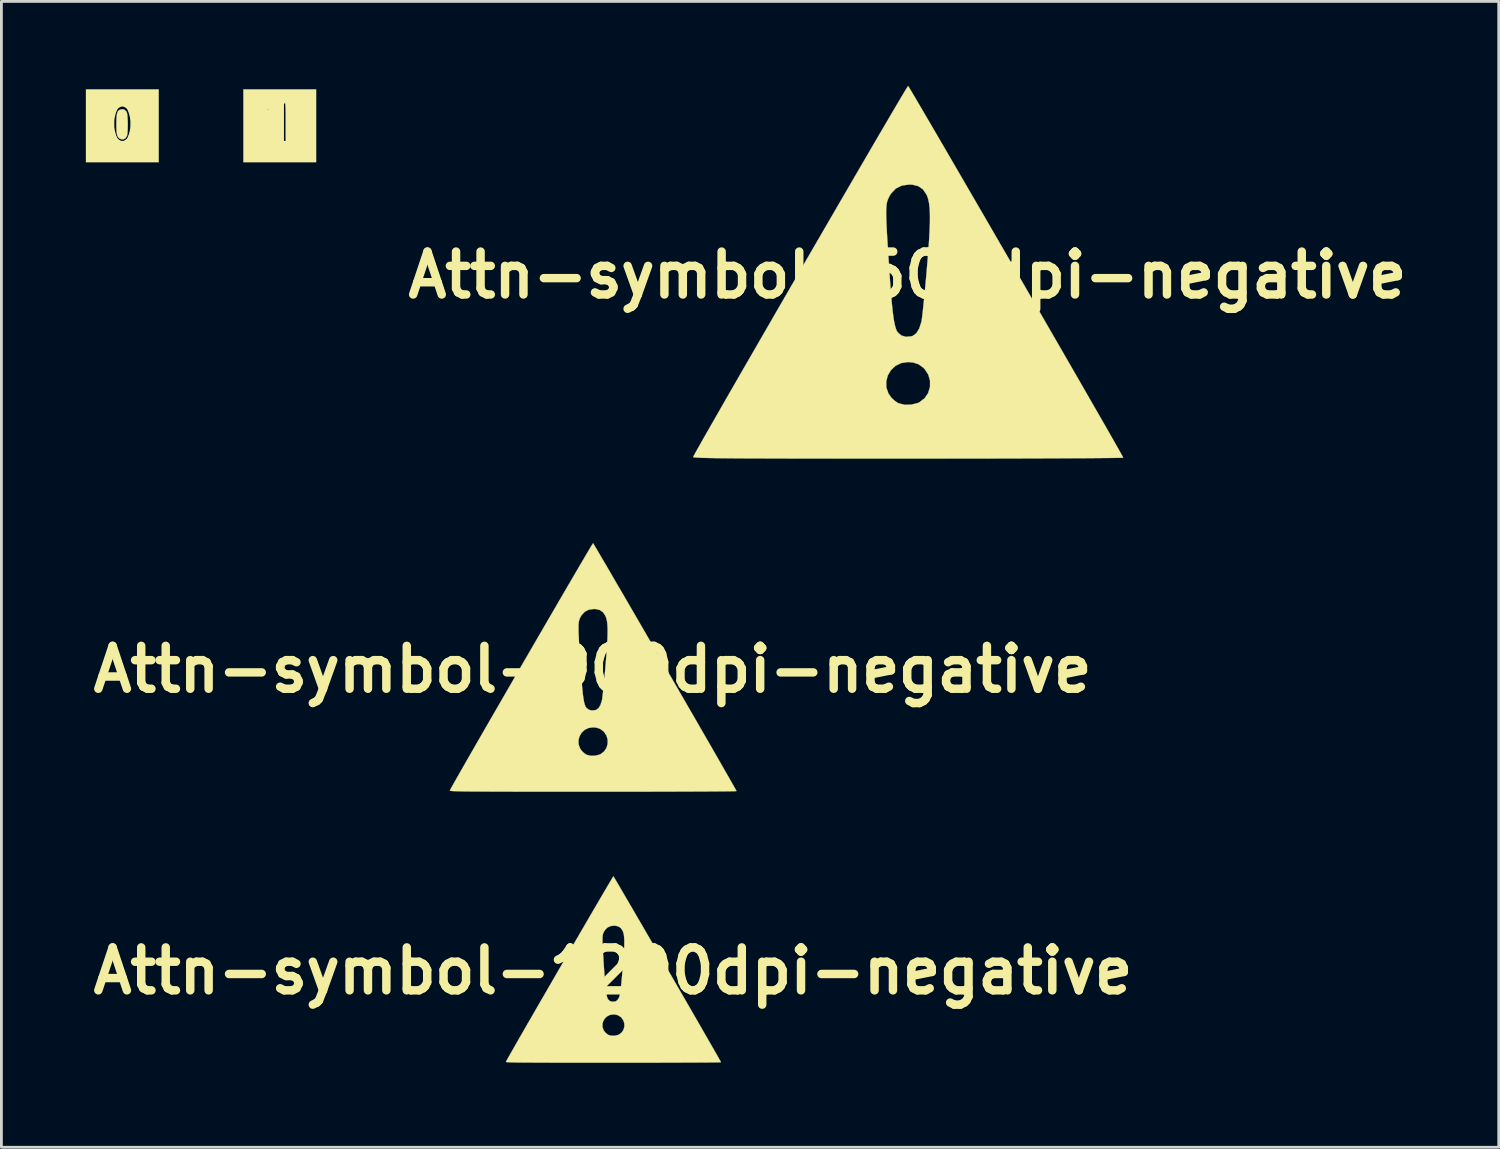
<source format=kicad_pcb>
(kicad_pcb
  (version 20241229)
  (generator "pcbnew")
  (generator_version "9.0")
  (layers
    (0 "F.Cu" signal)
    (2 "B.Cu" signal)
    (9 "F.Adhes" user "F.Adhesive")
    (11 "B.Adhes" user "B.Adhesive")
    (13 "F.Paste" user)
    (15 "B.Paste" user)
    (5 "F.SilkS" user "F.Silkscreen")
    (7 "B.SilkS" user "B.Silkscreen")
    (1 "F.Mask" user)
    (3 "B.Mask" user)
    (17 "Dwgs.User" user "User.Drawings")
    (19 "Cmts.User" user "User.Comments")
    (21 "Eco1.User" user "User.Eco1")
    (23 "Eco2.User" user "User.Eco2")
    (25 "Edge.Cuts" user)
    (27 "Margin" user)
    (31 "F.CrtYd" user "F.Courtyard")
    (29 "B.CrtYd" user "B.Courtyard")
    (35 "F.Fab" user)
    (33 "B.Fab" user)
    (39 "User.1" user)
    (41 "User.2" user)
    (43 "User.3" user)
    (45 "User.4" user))
  (footprint "1"
    (layer "F.Cu")
    (at 6.888 1.418)
    (property "Reference" "1" (at 0 0 0) (layer "F.SilkS") (effects (font (size 1.524 1.524) (thickness 0.3))))
    (attr through_hole)
    (fp_poly (pts (xy 1.291 1.291) (xy -1.291 1.291) (xy -1.291 -0.337) (xy -0.447 -0.337) (xy -0.387 -0.352) (xy -0.333 -0.367) (xy -0.26 -0.39) (xy -0.214 -0.405) (xy -0.15 -0.427) (xy -0.106 -0.441) (xy -0.092 -0.445) (xy -0.09 -0.424) (xy -0.088 -0.367) (xy -0.087 -0.279) (xy -0.086 -0.164) (xy -0.085 -0.029) (xy -0.085 0.121) (xy -0.085 0.127) (xy -0.085 0.699) (xy 0.212 0.699) (xy 0.212 -0.053) (xy 0.211 -0.26) (xy 0.21 -0.428) (xy 0.209 -0.56) (xy 0.206 -0.66) (xy 0.202 -0.73) (xy 0.197 -0.776) (xy 0.191 -0.799) (xy 0.185 -0.803) (xy 0.157 -0.796) (xy 0.097 -0.776) (xy 0.013 -0.746) (xy -0.088 -0.709) (xy -0.138 -0.69) (xy -0.434 -0.578) (xy -0.44 -0.458) (xy -0.447 -0.337) (xy -1.291 -0.337) (xy -1.291 -1.291) (xy 1.291 -1.291) (xy 1.291 1.291)) (stroke (width 0.01) (type solid)) (fill yes) (layer "F.SilkS")))
  (footprint "Attn-symbol-600dpi-negative"
    (layer "F.Cu")
    (at 29.19 6.722)
    (property "Reference" "Attn-symbol-600dpi-negative" (at 0 0 0) (layer "F.SilkS") (effects (font (size 1.524 1.524) (thickness 0.3))))
    (attr through_hole)
    (fp_poly (pts (xy 0.046 -6.68) (xy 0.11 -6.574) (xy 0.212 -6.403) (xy 0.347 -6.173) (xy 0.515 -5.887) (xy 0.712 -5.55) (xy 0.936 -5.167) (xy 1.184 -4.741) (xy 1.454 -4.278) (xy 1.742 -3.782) (xy 2.047 -3.257) (xy 2.366 -2.708) (xy 2.696 -2.14) (xy 3.034 -1.556) (xy 3.379 -0.961) (xy 3.727 -0.36) (xy 4.076 0.242) (xy 4.423 0.843) (xy 4.766 1.436) (xy 5.101 2.017) (xy 5.428 2.582) (xy 5.742 3.127) (xy 6.042 3.647) (xy 6.324 4.137) (xy 6.586 4.593) (xy 6.826 5.011) (xy 7.042 5.386) (xy 7.229 5.714) (xy 7.386 5.99) (xy 7.51 6.209) (xy 7.599 6.368) (xy 7.651 6.461) (xy 7.662 6.486) (xy 7.621 6.489) (xy 7.499 6.493) (xy 7.3 6.496) (xy 7.03 6.499) (xy 6.692 6.502) (xy 6.29 6.505) (xy 5.829 6.507) (xy 5.313 6.51) (xy 4.746 6.512) (xy 4.132 6.514) (xy 3.476 6.516) (xy 2.781 6.517) (xy 2.052 6.518) (xy 1.294 6.519) (xy 0.51 6.519) (xy 0.018 6.519) (xy -0.94 6.519) (xy -1.817 6.519) (xy -2.617 6.519) (xy -3.342 6.518) (xy -3.995 6.517) (xy -4.582 6.516) (xy -5.104 6.514) (xy -5.565 6.513) (xy -5.969 6.511) (xy -6.32 6.508) (xy -6.619 6.505) (xy -6.872 6.502) (xy -7.081 6.498) (xy -7.25 6.494) (xy -7.382 6.489) (xy -7.481 6.484) (xy -7.549 6.478) (xy -7.592 6.472) (xy -7.611 6.464) (xy -7.613 6.46) (xy -7.589 6.413) (xy -7.526 6.297) (xy -7.425 6.118) (xy -7.291 5.879) (xy -7.124 5.586) (xy -6.927 5.242) (xy -6.704 4.853) (xy -6.457 4.422) (xy -6.189 3.955) (xy -6.086 3.777) (xy -0.757 3.777) (xy -0.752 3.995) (xy -0.678 4.207) (xy -0.581 4.346) (xy -0.471 4.453) (xy -0.355 4.536) (xy -0.318 4.555) (xy -0.109 4.607) (xy 0.126 4.605) (xy 0.352 4.55) (xy 0.427 4.516) (xy 0.611 4.375) (xy 0.735 4.189) (xy 0.799 3.975) (xy 0.8 3.75) (xy 0.737 3.531) (xy 0.606 3.335) (xy 0.566 3.294) (xy 0.391 3.168) (xy 0.192 3.104) (xy 0.007 3.09) (xy -0.23 3.127) (xy -0.431 3.228) (xy -0.59 3.379) (xy -0.701 3.567) (xy -0.757 3.777) (xy -6.086 3.777) (xy -5.901 3.455) (xy -5.596 2.927) (xy -5.278 2.376) (xy -4.949 1.806) (xy -4.611 1.221) (xy -4.267 0.626) (xy -3.919 0.026) (xy -3.571 -0.576) (xy -3.224 -1.174) (xy -2.881 -1.765) (xy -2.605 -2.239) (xy -0.758 -2.239) (xy -0.756 -2.058) (xy -0.748 -1.831) (xy -0.734 -1.551) (xy -0.714 -1.209) (xy -0.688 -0.799) (xy -0.656 -0.312) (xy -0.655 -0.298) (xy -0.621 0.212) (xy -0.588 0.643) (xy -0.557 1.003) (xy -0.526 1.299) (xy -0.495 1.536) (xy -0.462 1.722) (xy -0.427 1.863) (xy -0.389 1.966) (xy -0.354 2.027) (xy -0.225 2.144) (xy -0.055 2.195) (xy 0.136 2.177) (xy 0.188 2.16) (xy 0.313 2.068) (xy 0.416 1.902) (xy 0.491 1.67) (xy 0.502 1.616) (xy 0.516 1.518) (xy 0.537 1.346) (xy 0.562 1.114) (xy 0.591 0.832) (xy 0.622 0.512) (xy 0.654 0.165) (xy 0.68 -0.127) (xy 0.725 -0.668) (xy 0.76 -1.133) (xy 0.783 -1.527) (xy 0.796 -1.859) (xy 0.797 -2.135) (xy 0.788 -2.362) (xy 0.767 -2.548) (xy 0.736 -2.698) (xy 0.693 -2.821) (xy 0.676 -2.859) (xy 0.551 -3.043) (xy 0.387 -3.159) (xy 0.174 -3.212) (xy 0.06 -3.217) (xy -0.201 -3.181) (xy -0.416 -3.074) (xy -0.586 -2.895) (xy -0.645 -2.797) (xy -0.679 -2.728) (xy -0.707 -2.66) (xy -0.729 -2.585) (xy -0.745 -2.495) (xy -0.754 -2.382) (xy -0.758 -2.239) (xy -2.605 -2.239) (xy -2.545 -2.343) (xy -2.219 -2.904) (xy -1.905 -3.444) (xy -1.605 -3.959) (xy -1.322 -4.444) (xy -1.06 -4.894) (xy -0.819 -5.305) (xy -0.604 -5.672) (xy -0.416 -5.991) (xy -0.258 -6.258) (xy -0.133 -6.469) (xy -0.043 -6.617) (xy 0.009 -6.7) (xy 0.021 -6.717) (xy 0.046 -6.68)) (stroke (width 0.01) (type solid)) (fill yes) (layer "F.SilkS")))
  (footprint "Attn-symbol-1200dpi-negative"
    (layer "F.Cu")
    (at 18.731 31.443)
    (property "Reference" "Attn-symbol-1200dpi-negative" (at 0 0 0) (layer "F.SilkS") (effects (font (size 1.524 1.524) (thickness 0.3))))
    (attr through_hole)
    (fp_poly (pts (xy 0.023 -3.34) (xy 0.055 -3.287) (xy 0.106 -3.202) (xy 0.174 -3.086) (xy 0.258 -2.944) (xy 0.356 -2.775) (xy 0.468 -2.583) (xy 0.592 -2.371) (xy 0.727 -2.139) (xy 0.871 -1.891) (xy 1.024 -1.629) (xy 1.183 -1.354) (xy 1.348 -1.07) (xy 1.517 -0.778) (xy 1.689 -0.481) (xy 1.863 -0.18) (xy 2.038 0.121) (xy 2.211 0.421) (xy 2.383 0.718) (xy 2.551 1.008) (xy 2.714 1.291) (xy 2.871 1.564) (xy 3.021 1.823) (xy 3.162 2.069) (xy 3.293 2.297) (xy 3.413 2.506) (xy 3.521 2.693) (xy 3.614 2.857) (xy 3.693 2.995) (xy 3.755 3.105) (xy 3.8 3.184) (xy 3.825 3.231) (xy 3.831 3.243) (xy 3.81 3.245) (xy 3.749 3.246) (xy 3.65 3.248) (xy 3.515 3.25) (xy 3.346 3.251) (xy 3.145 3.252) (xy 2.915 3.254) (xy 2.656 3.255) (xy 2.373 3.256) (xy 2.066 3.257) (xy 1.738 3.258) (xy 1.391 3.259) (xy 1.026 3.259) (xy 0.647 3.259) (xy 0.255 3.26) (xy 0.009 3.26) (xy -0.47 3.26) (xy -0.909 3.26) (xy -1.308 3.259) (xy -1.671 3.259) (xy -1.998 3.259) (xy -2.291 3.258) (xy -2.552 3.257) (xy -2.783 3.256) (xy -2.985 3.255) (xy -3.16 3.254) (xy -3.31 3.253) (xy -3.436 3.251) (xy -3.541 3.249) (xy -3.625 3.247) (xy -3.691 3.245) (xy -3.74 3.242) (xy -3.775 3.239) (xy -3.796 3.236) (xy -3.805 3.232) (xy -3.806 3.23) (xy -3.795 3.206) (xy -3.763 3.148) (xy -3.713 3.059) (xy -3.645 2.939) (xy -3.562 2.793) (xy -3.464 2.621) (xy -3.352 2.426) (xy -3.229 2.211) (xy -3.094 1.977) (xy -3.043 1.888) (xy -0.379 1.888) (xy -0.376 1.997) (xy -0.339 2.104) (xy -0.29 2.173) (xy -0.235 2.226) (xy -0.177 2.268) (xy -0.159 2.278) (xy -0.055 2.304) (xy 0.063 2.302) (xy 0.176 2.275) (xy 0.214 2.258) (xy 0.305 2.188) (xy 0.368 2.095) (xy 0.4 1.988) (xy 0.4 1.875) (xy 0.368 1.765) (xy 0.303 1.667) (xy 0.283 1.647) (xy 0.196 1.584) (xy 0.096 1.552) (xy 0.004 1.545) (xy -0.115 1.564) (xy -0.215 1.614) (xy -0.295 1.69) (xy -0.351 1.783) (xy -0.379 1.888) (xy -3.043 1.888) (xy -2.95 1.728) (xy -2.798 1.464) (xy -2.639 1.188) (xy -2.474 0.903) (xy -2.305 0.611) (xy -2.133 0.313) (xy -1.96 0.013) (xy -1.785 -0.288) (xy -1.612 -0.587) (xy -1.441 -0.882) (xy -1.303 -1.12) (xy -0.379 -1.12) (xy -0.378 -1.029) (xy -0.374 -0.916) (xy -0.367 -0.775) (xy -0.357 -0.605) (xy -0.344 -0.399) (xy -0.328 -0.156) (xy -0.328 -0.149) (xy -0.31 0.106) (xy -0.294 0.322) (xy -0.278 0.502) (xy -0.263 0.649) (xy -0.247 0.768) (xy -0.231 0.861) (xy -0.213 0.931) (xy -0.194 0.983) (xy -0.177 1.014) (xy -0.112 1.072) (xy -0.027 1.097) (xy 0.068 1.088) (xy 0.094 1.08) (xy 0.157 1.034) (xy 0.208 0.951) (xy 0.245 0.835) (xy 0.251 0.808) (xy 0.258 0.759) (xy 0.268 0.673) (xy 0.281 0.557) (xy 0.295 0.416) (xy 0.311 0.256) (xy 0.327 0.083) (xy 0.34 -0.064) (xy 0.363 -0.334) (xy 0.38 -0.566) (xy 0.392 -0.764) (xy 0.398 -0.929) (xy 0.399 -1.067) (xy 0.394 -1.181) (xy 0.384 -1.274) (xy 0.368 -1.349) (xy 0.346 -1.411) (xy 0.338 -1.429) (xy 0.275 -1.522) (xy 0.194 -1.579) (xy 0.087 -1.606) (xy 0.03 -1.609) (xy -0.1 -1.591) (xy -0.208 -1.537) (xy -0.293 -1.447) (xy -0.322 -1.398) (xy -0.34 -1.364) (xy -0.353 -1.33) (xy -0.364 -1.293) (xy -0.372 -1.248) (xy -0.377 -1.191) (xy -0.379 -1.12) (xy -1.303 -1.12) (xy -1.273 -1.171) (xy -1.11 -1.452) (xy -0.952 -1.722) (xy -0.803 -1.98) (xy -0.661 -2.222) (xy -0.53 -2.447) (xy -0.41 -2.652) (xy -0.302 -2.836) (xy -0.208 -2.996) (xy -0.129 -3.129) (xy -0.066 -3.234) (xy -0.022 -3.309) (xy 0.004 -3.35) (xy 0.011 -3.358) (xy 0.023 -3.34)) (stroke (width 0.01) (type solid)) (fill yes) (layer "F.SilkS")))
  (footprint "Attn-symbol-900dpi-negative"
    (layer "F.Cu")
    (at 18.005 20.729)
    (property "Reference" "Attn-symbol-900dpi-negative" (at 0 0 0) (layer "F.SilkS") (effects (font (size 1.524 1.524) (thickness 0.3))))
    (attr through_hole)
    (fp_poly (pts (xy 0.031 -4.453) (xy 0.073 -4.382) (xy 0.141 -4.269) (xy 0.232 -4.115) (xy 0.343 -3.925) (xy 0.475 -3.7) (xy 0.624 -3.445) (xy 0.789 -3.161) (xy 0.969 -2.852) (xy 1.162 -2.522) (xy 1.365 -2.172) (xy 1.577 -1.806) (xy 1.797 -1.427) (xy 2.023 -1.037) (xy 2.253 -0.641) (xy 2.485 -0.24) (xy 2.717 0.162) (xy 2.949 0.562) (xy 3.177 0.957) (xy 3.401 1.345) (xy 3.619 1.721) (xy 3.828 2.085) (xy 4.028 2.431) (xy 4.216 2.758) (xy 4.391 3.062) (xy 4.551 3.341) (xy 4.694 3.591) (xy 4.819 3.809) (xy 4.924 3.993) (xy 5.007 4.139) (xy 5.066 4.245) (xy 5.1 4.307) (xy 5.108 4.324) (xy 5.08 4.326) (xy 4.999 4.328) (xy 4.867 4.331) (xy 4.687 4.333) (xy 4.461 4.335) (xy 4.193 4.337) (xy 3.886 4.338) (xy 3.542 4.34) (xy 3.164 4.341) (xy 2.755 4.343) (xy 2.317 4.344) (xy 1.854 4.345) (xy 1.368 4.345) (xy 0.863 4.346) (xy 0.34 4.346) (xy 0.012 4.346) (xy -0.627 4.346) (xy -1.212 4.346) (xy -1.744 4.346) (xy -2.228 4.345) (xy -2.664 4.345) (xy -3.054 4.344) (xy -3.403 4.343) (xy -3.71 4.342) (xy -3.98 4.34) (xy -4.213 4.339) (xy -4.413 4.337) (xy -4.581 4.335) (xy -4.721 4.332) (xy -4.833 4.329) (xy -4.921 4.326) (xy -4.987 4.323) (xy -5.033 4.319) (xy -5.061 4.314) (xy -5.074 4.31) (xy -5.075 4.307) (xy -5.059 4.275) (xy -5.017 4.198) (xy -4.95 4.078) (xy -4.86 3.919) (xy -4.749 3.724) (xy -4.618 3.495) (xy -4.47 3.235) (xy -4.305 2.948) (xy -4.126 2.637) (xy -4.057 2.518) (xy -0.505 2.518) (xy -0.501 2.663) (xy -0.452 2.805) (xy -0.387 2.897) (xy -0.314 2.968) (xy -0.236 3.024) (xy -0.212 3.037) (xy -0.073 3.072) (xy 0.084 3.07) (xy 0.235 3.033) (xy 0.285 3.011) (xy 0.407 2.917) (xy 0.49 2.793) (xy 0.533 2.65) (xy 0.534 2.5) (xy 0.491 2.354) (xy 0.404 2.223) (xy 0.377 2.196) (xy 0.261 2.112) (xy 0.128 2.069) (xy 0.005 2.06) (xy -0.153 2.085) (xy -0.287 2.152) (xy -0.394 2.253) (xy -0.468 2.378) (xy -0.505 2.518) (xy -4.057 2.518) (xy -3.934 2.303) (xy -3.731 1.951) (xy -3.519 1.584) (xy -3.299 1.204) (xy -3.074 0.814) (xy -2.845 0.417) (xy -2.613 0.017) (xy -2.38 -0.384) (xy -2.149 -0.783) (xy -1.921 -1.176) (xy -1.737 -1.493) (xy -0.505 -1.493) (xy -0.504 -1.372) (xy -0.498 -1.221) (xy -0.489 -1.034) (xy -0.476 -0.806) (xy -0.459 -0.532) (xy -0.438 -0.208) (xy -0.437 -0.199) (xy -0.414 0.141) (xy -0.392 0.429) (xy -0.371 0.669) (xy -0.351 0.866) (xy -0.33 1.024) (xy -0.308 1.148) (xy -0.285 1.242) (xy -0.259 1.311) (xy -0.236 1.352) (xy -0.15 1.429) (xy -0.036 1.463) (xy 0.091 1.451) (xy 0.125 1.44) (xy 0.209 1.379) (xy 0.277 1.268) (xy 0.327 1.113) (xy 0.335 1.077) (xy 0.344 1.012) (xy 0.358 0.898) (xy 0.375 0.743) (xy 0.394 0.555) (xy 0.414 0.341) (xy 0.436 0.11) (xy 0.453 -0.085) (xy 0.483 -0.446) (xy 0.507 -0.755) (xy 0.522 -1.018) (xy 0.531 -1.239) (xy 0.532 -1.423) (xy 0.525 -1.575) (xy 0.512 -1.698) (xy 0.49 -1.799) (xy 0.462 -1.881) (xy 0.45 -1.906) (xy 0.367 -2.029) (xy 0.258 -2.106) (xy 0.116 -2.141) (xy 0.04 -2.145) (xy -0.134 -2.121) (xy -0.277 -2.049) (xy -0.391 -1.93) (xy -0.43 -1.864) (xy -0.453 -1.819) (xy -0.471 -1.774) (xy -0.486 -1.724) (xy -0.496 -1.663) (xy -0.503 -1.588) (xy -0.505 -1.493) (xy -1.737 -1.493) (xy -1.697 -1.562) (xy -1.479 -1.936) (xy -1.27 -2.296) (xy -1.07 -2.639) (xy -0.882 -2.962) (xy -0.706 -3.262) (xy -0.546 -3.536) (xy -0.403 -3.781) (xy -0.277 -3.994) (xy -0.172 -4.172) (xy -0.089 -4.312) (xy -0.029 -4.412) (xy 0.006 -4.467) (xy 0.014 -4.478) (xy 0.031 -4.453)) (stroke (width 0.01) (type solid)) (fill yes) (layer "F.SilkS")))
  (footprint "0"
    (layer "F.Cu")
    (at 1.296 1.418)
    (property "Reference" "0" (at 0 0 0) (layer "F.SilkS") (effects (font (size 1.524 1.524) (thickness 0.3))))
    (attr through_hole)
    (fp_poly (pts (xy 0.081 -0.565) (xy 0.142 -0.507) (xy 0.153 -0.486) (xy 0.169 -0.433) (xy 0.18 -0.347) (xy 0.188 -0.238) (xy 0.193 -0.114) (xy 0.193 0.013) (xy 0.19 0.136) (xy 0.183 0.244) (xy 0.172 0.328) (xy 0.16 0.371) (xy 0.111 0.442) (xy 0.043 0.479) (xy -0.035 0.481) (xy -0.111 0.445) (xy -0.113 0.444) (xy -0.148 0.408) (xy -0.174 0.361) (xy -0.192 0.295) (xy -0.204 0.205) (xy -0.21 0.085) (xy -0.212 -0.068) (xy -0.209 -0.226) (xy -0.202 -0.347) (xy -0.187 -0.436) (xy -0.164 -0.5) (xy -0.131 -0.543) (xy -0.087 -0.57) (xy -0.082 -0.572) (xy 0.004 -0.588) (xy 0.081 -0.565)) (stroke (width 0.01) (type solid)) (fill yes) (layer "F.SilkS"))
    (fp_poly (pts (xy 1.291 1.291) (xy -1.291 1.291) (xy -1.291 -0.003) (xy -0.519 -0.003) (xy -0.514 0.135) (xy -0.502 0.259) (xy -0.483 0.355) (xy -0.48 0.365) (xy -0.42 0.502) (xy -0.333 0.607) (xy -0.22 0.678) (xy -0.084 0.715) (xy -0.009 0.719) (xy 0.099 0.711) (xy 0.195 0.681) (xy 0.226 0.666) (xy 0.336 0.589) (xy 0.42 0.481) (xy 0.469 0.37) (xy 0.482 0.305) (xy 0.492 0.202) (xy 0.497 0.06) (xy 0.497 -0.053) (xy 0.495 -0.221) (xy 0.489 -0.349) (xy 0.478 -0.438) (xy 0.469 -0.476) (xy 0.403 -0.613) (xy 0.312 -0.717) (xy 0.196 -0.787) (xy 0.058 -0.822) (xy -0.009 -0.825) (xy -0.156 -0.806) (xy -0.281 -0.752) (xy -0.381 -0.663) (xy -0.456 -0.54) (xy -0.478 -0.483) (xy -0.498 -0.398) (xy -0.511 -0.281) (xy -0.518 -0.146) (xy -0.519 -0.003) (xy -1.291 -0.003) (xy -1.291 -1.291) (xy 1.291 -1.291) (xy 1.291 1.291)) (stroke (width 0.01) (type solid)) (fill yes) (layer "F.SilkS")))
  (gr_rect
    (start -3 -3)
    (end 50.195 37.708)
    (stroke (width 0.1) (type default))
    (fill no)
    (layer "Edge.Cuts")))
</source>
